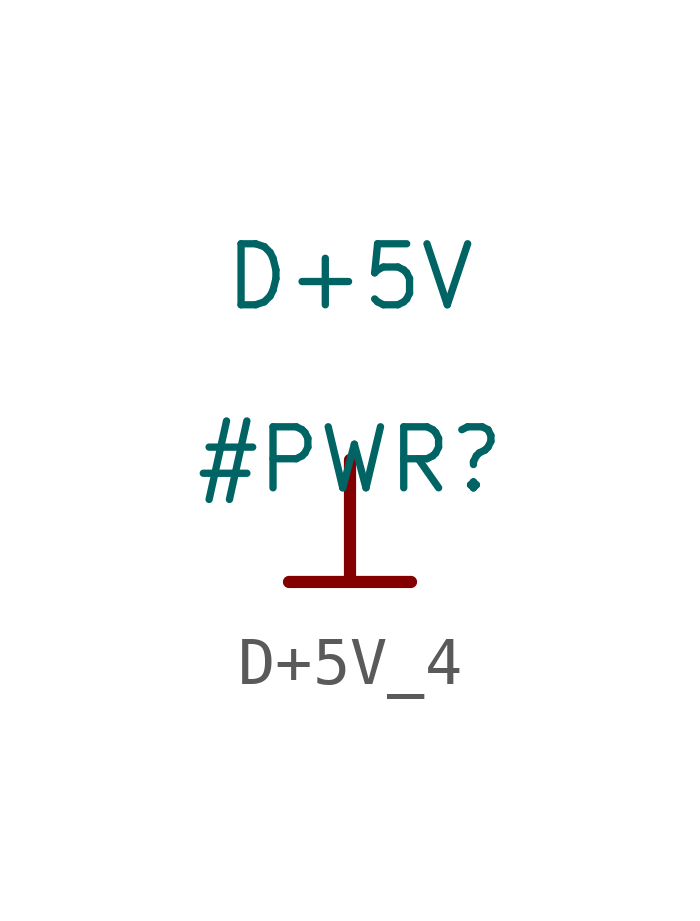
<source format=kicad_sym>
(kicad_symbol_lib
  (version 20241209)
  (generator "kicad_symbol_editor")
  (generator_version "9.0")
  (symbol "D+5V_4"
    (power)
    (property "Reference" "#PWR"
      (at 0 0 0)
      (effects (font (size 1.27 1.27))))
    (property "Value" "D+5V"
      (at 0 3.81 0)
      (effects (font (size 1.27 1.27))))
    (symbol "D+5V_4_0_0"
      (polyline (pts (xy -1.27 -2.54) (xy 1.27 -2.54)) (stroke (width 0.254) (type solid)) (fill (type none)))
      (polyline (pts (xy 0 0) (xy 0 -2.54)) (stroke (width 0.254) (type solid)) (fill (type none))))
    (symbol "D+5V_4_1_0"
      (pin power_out line (at 0 0 0) (length 0) (hide yes) (name "D+5V" (effects (font (size 1.27 1.27)))) (number "" (effects (font (size 1.27 1.27))))))))
</source>
